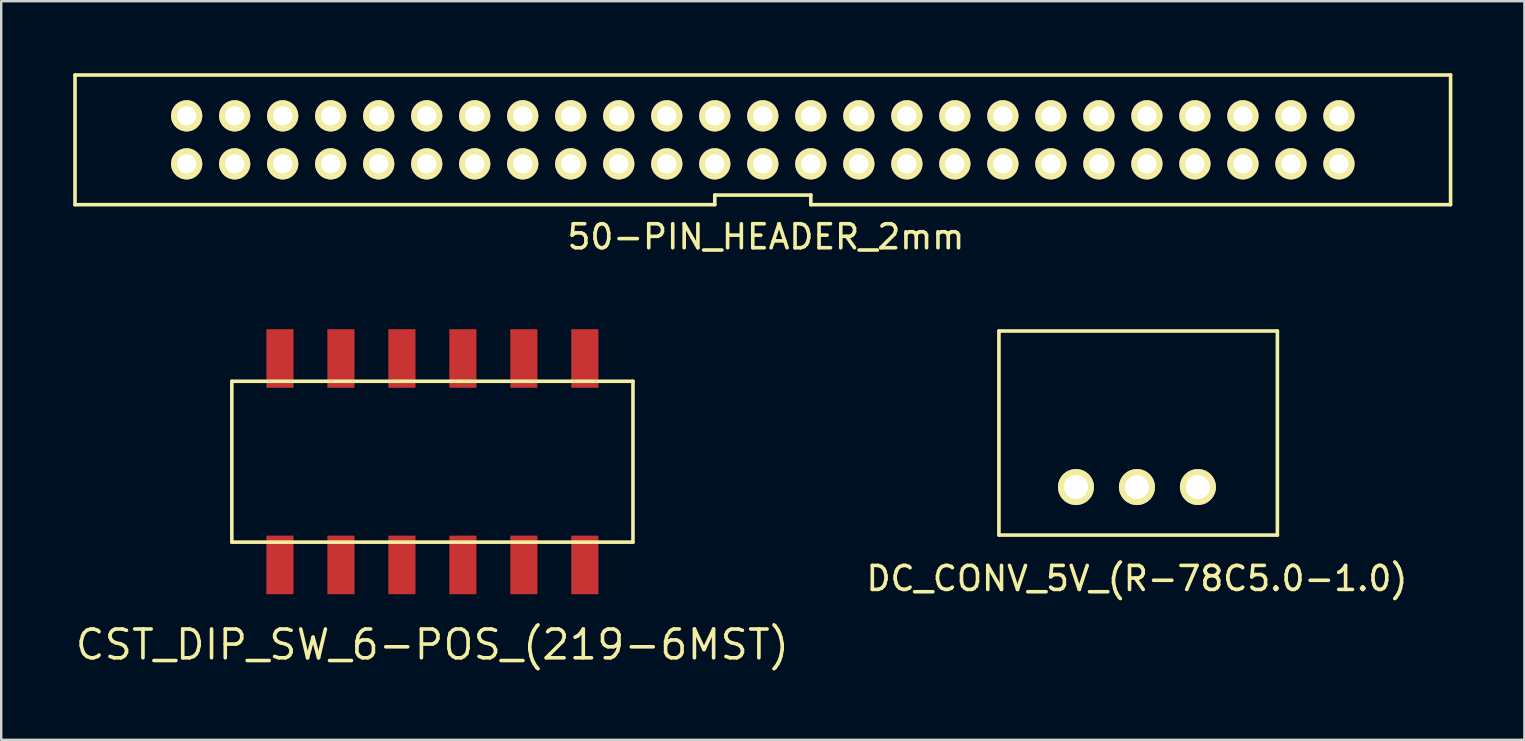
<source format=kicad_pcb>
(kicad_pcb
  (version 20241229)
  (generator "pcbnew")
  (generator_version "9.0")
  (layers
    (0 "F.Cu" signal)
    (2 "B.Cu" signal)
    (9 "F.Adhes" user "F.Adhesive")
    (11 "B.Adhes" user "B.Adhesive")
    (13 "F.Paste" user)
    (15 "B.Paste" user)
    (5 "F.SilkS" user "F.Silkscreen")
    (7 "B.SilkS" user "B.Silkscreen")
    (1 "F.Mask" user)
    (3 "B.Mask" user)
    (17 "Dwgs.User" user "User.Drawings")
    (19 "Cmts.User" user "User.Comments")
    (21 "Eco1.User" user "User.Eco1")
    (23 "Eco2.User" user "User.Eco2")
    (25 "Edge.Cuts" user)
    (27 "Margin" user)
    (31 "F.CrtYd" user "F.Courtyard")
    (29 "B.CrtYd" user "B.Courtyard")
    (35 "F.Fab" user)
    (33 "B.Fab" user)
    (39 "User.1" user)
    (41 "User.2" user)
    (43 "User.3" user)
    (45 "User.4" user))
  (footprint "DC_CONV_5V_(R-78C5.0-1.0)"
    (layer "F.Cu")
    (at 41.771 17.238)
    (property "Reference" "DC_CONV_5V_(R-78C5.0-1.0)" (at 2.54 3.81 0) (layer "F.SilkS") (effects (font (size 1 1) (thickness 0.15))))
    (attr through_hole)
    (fp_line (start -3.21 2) (end -3.21 -6.5) (stroke (width 0.15) (type solid)) (layer "F.SilkS"))
    (fp_line (start -3.21 2) (end 8.39 2) (stroke (width 0.15) (type solid)) (layer "F.SilkS"))
    (fp_line (start 8.39 -6.5) (end -3.21 -6.5) (stroke (width 0.15) (type solid)) (layer "F.SilkS"))
    (fp_line (start 8.39 -6.5) (end 8.39 2) (stroke (width 0.15) (type solid)) (layer "F.SilkS"))
    (pad "1" thru_hole circle (at 0 0) (size 1.5 1.5) (drill 1) (layers "*.Cu" "*.Mask" "F.SilkS"))
    (pad "2" thru_hole circle (at 2.54 0) (size 1.5 1.5) (drill 1) (layers "*.Cu" "*.Mask" "F.SilkS"))
    (pad "3" thru_hole circle (at 5.08 0) (size 1.5 1.5) (drill 1) (layers "*.Cu" "*.Mask" "F.SilkS")))
  (footprint "50-PIN_HEADER_2mm"
    (layer "F.Cu")
    (at 4.725 3.775)
    (property "Reference" "50-PIN_HEADER_2mm" (at 24.13 3.04 0) (layer "F.SilkS") (effects (font (size 1 1) (thickness 0.15))))
    (attr through_hole)
    (fp_line (start -4.65 -3.7) (end -4.65 1.7) (stroke (width 0.15) (type solid)) (layer "F.SilkS"))
    (fp_line (start -4.65 1.7) (end 22 1.7) (stroke (width 0.15) (type solid)) (layer "F.SilkS"))
    (fp_line (start 22 1.3) (end 26 1.3) (stroke (width 0.15) (type solid)) (layer "F.SilkS"))
    (fp_line (start 22 1.7) (end 22 1.3) (stroke (width 0.15) (type solid)) (layer "F.SilkS"))
    (fp_line (start 26 1.3) (end 26 1.7) (stroke (width 0.15) (type solid)) (layer "F.SilkS"))
    (fp_line (start 26 1.7) (end 52.65 1.7) (stroke (width 0.15) (type solid)) (layer "F.SilkS"))
    (fp_line (start 52.65 -3.7) (end -4.65 -3.7) (stroke (width 0.15) (type solid)) (layer "F.SilkS"))
    (fp_line (start 52.65 1.7) (end 52.65 -3.7) (stroke (width 0.15) (type solid)) (layer "F.SilkS"))
    (pad "1" thru_hole circle (at 0 0) (size 1.3 1.3) (drill 0.8) (layers "*.Cu" "*.Mask" "F.SilkS"))
    (pad "2" thru_hole circle (at 0 -2) (size 1.3 1.3) (drill 0.8) (layers "*.Cu" "*.Mask" "F.SilkS"))
    (pad "3" thru_hole circle (at 2 0) (size 1.3 1.3) (drill 0.8) (layers "*.Cu" "*.Mask" "F.SilkS"))
    (pad "4" thru_hole circle (at 2 -2) (size 1.3 1.3) (drill 0.8) (layers "*.Cu" "*.Mask" "F.SilkS"))
    (pad "5" thru_hole circle (at 4 0) (size 1.3 1.3) (drill 0.8) (layers "*.Cu" "*.Mask" "F.SilkS"))
    (pad "6" thru_hole circle (at 4 -2) (size 1.3 1.3) (drill 0.8) (layers "*.Cu" "*.Mask" "F.SilkS"))
    (pad "7" thru_hole circle (at 6 0) (size 1.3 1.3) (drill 0.8) (layers "*.Cu" "*.Mask" "F.SilkS"))
    (pad "8" thru_hole circle (at 6 -2) (size 1.3 1.3) (drill 0.8) (layers "*.Cu" "*.Mask" "F.SilkS"))
    (pad "9" thru_hole circle (at 8 0) (size 1.3 1.3) (drill 0.8) (layers "*.Cu" "*.Mask" "F.SilkS"))
    (pad "10" thru_hole circle (at 8 -2) (size 1.3 1.3) (drill 0.8) (layers "*.Cu" "*.Mask" "F.SilkS"))
    (pad "11" thru_hole circle (at 10 0) (size 1.3 1.3) (drill 0.8) (layers "*.Cu" "*.Mask" "F.SilkS"))
    (pad "12" thru_hole circle (at 10 -2) (size 1.3 1.3) (drill 0.8) (layers "*.Cu" "*.Mask" "F.SilkS"))
    (pad "13" thru_hole circle (at 12 0) (size 1.3 1.3) (drill 0.8) (layers "*.Cu" "*.Mask" "F.SilkS"))
    (pad "14" thru_hole circle (at 12 -2) (size 1.3 1.3) (drill 0.8) (layers "*.Cu" "*.Mask" "F.SilkS"))
    (pad "15" thru_hole circle (at 14 0) (size 1.3 1.3) (drill 0.8) (layers "*.Cu" "*.Mask" "F.SilkS"))
    (pad "16" thru_hole circle (at 14 -2) (size 1.3 1.3) (drill 0.8) (layers "*.Cu" "*.Mask" "F.SilkS"))
    (pad "17" thru_hole circle (at 16 0) (size 1.3 1.3) (drill 0.8) (layers "*.Cu" "*.Mask" "F.SilkS"))
    (pad "18" thru_hole circle (at 16 -2) (size 1.3 1.3) (drill 0.8) (layers "*.Cu" "*.Mask" "F.SilkS"))
    (pad "19" thru_hole circle (at 18 0) (size 1.3 1.3) (drill 0.8) (layers "*.Cu" "*.Mask" "F.SilkS"))
    (pad "20" thru_hole circle (at 18 -2) (size 1.3 1.3) (drill 0.8) (layers "*.Cu" "*.Mask" "F.SilkS"))
    (pad "21" thru_hole circle (at 20 0) (size 1.3 1.3) (drill 0.8) (layers "*.Cu" "*.Mask" "F.SilkS"))
    (pad "22" thru_hole circle (at 20 -2) (size 1.3 1.3) (drill 0.8) (layers "*.Cu" "*.Mask" "F.SilkS"))
    (pad "23" thru_hole circle (at 22 0) (size 1.3 1.3) (drill 0.8) (layers "*.Cu" "*.Mask" "F.SilkS"))
    (pad "24" thru_hole circle (at 22 -2) (size 1.3 1.3) (drill 0.8) (layers "*.Cu" "*.Mask" "F.SilkS"))
    (pad "25" thru_hole circle (at 24 0) (size 1.3 1.3) (drill 0.8) (layers "*.Cu" "*.Mask" "F.SilkS"))
    (pad "26" thru_hole circle (at 24 -2) (size 1.3 1.3) (drill 0.8) (layers "*.Cu" "*.Mask" "F.SilkS"))
    (pad "27" thru_hole circle (at 26 0) (size 1.3 1.3) (drill 0.8) (layers "*.Cu" "*.Mask" "F.SilkS"))
    (pad "28" thru_hole circle (at 26 -2) (size 1.3 1.3) (drill 0.8) (layers "*.Cu" "*.Mask" "F.SilkS"))
    (pad "29" thru_hole circle (at 28 0) (size 1.3 1.3) (drill 0.8) (layers "*.Cu" "*.Mask" "F.SilkS"))
    (pad "30" thru_hole circle (at 28 -2) (size 1.3 1.3) (drill 0.8) (layers "*.Cu" "*.Mask" "F.SilkS"))
    (pad "31" thru_hole circle (at 30 0) (size 1.3 1.3) (drill 0.8) (layers "*.Cu" "*.Mask" "F.SilkS"))
    (pad "32" thru_hole circle (at 30 -2) (size 1.3 1.3) (drill 0.8) (layers "*.Cu" "*.Mask" "F.SilkS"))
    (pad "33" thru_hole circle (at 32 0) (size 1.3 1.3) (drill 0.8) (layers "*.Cu" "*.Mask" "F.SilkS"))
    (pad "34" thru_hole circle (at 32 -2) (size 1.3 1.3) (drill 0.8) (layers "*.Cu" "*.Mask" "F.SilkS"))
    (pad "35" thru_hole circle (at 34 0) (size 1.3 1.3) (drill 0.8) (layers "*.Cu" "*.Mask" "F.SilkS"))
    (pad "36" thru_hole circle (at 34 -2) (size 1.3 1.3) (drill 0.8) (layers "*.Cu" "*.Mask" "F.SilkS"))
    (pad "37" thru_hole circle (at 36 0) (size 1.3 1.3) (drill 0.8) (layers "*.Cu" "*.Mask" "F.SilkS"))
    (pad "38" thru_hole circle (at 36 -2) (size 1.3 1.3) (drill 0.8) (layers "*.Cu" "*.Mask" "F.SilkS"))
    (pad "39" thru_hole circle (at 38 0) (size 1.3 1.3) (drill 0.8) (layers "*.Cu" "*.Mask" "F.SilkS"))
    (pad "40" thru_hole circle (at 38 -2) (size 1.3 1.3) (drill 0.8) (layers "*.Cu" "*.Mask" "F.SilkS"))
    (pad "41" thru_hole circle (at 40 0) (size 1.3 1.3) (drill 0.8) (layers "*.Cu" "*.Mask" "F.SilkS"))
    (pad "42" thru_hole circle (at 40 -2) (size 1.3 1.3) (drill 0.8) (layers "*.Cu" "*.Mask" "F.SilkS"))
    (pad "43" thru_hole circle (at 42 0) (size 1.3 1.3) (drill 0.8) (layers "*.Cu" "*.Mask" "F.SilkS"))
    (pad "44" thru_hole circle (at 42 -2) (size 1.3 1.3) (drill 0.8) (layers "*.Cu" "*.Mask" "F.SilkS"))
    (pad "45" thru_hole circle (at 44 0) (size 1.3 1.3) (drill 0.8) (layers "*.Cu" "*.Mask" "F.SilkS"))
    (pad "46" thru_hole circle (at 44 -2) (size 1.3 1.3) (drill 0.8) (layers "*.Cu" "*.Mask" "F.SilkS"))
    (pad "47" thru_hole circle (at 46 0) (size 1.3 1.3) (drill 0.8) (layers "*.Cu" "*.Mask" "F.SilkS"))
    (pad "48" thru_hole circle (at 46 -2) (size 1.3 1.3) (drill 0.8) (layers "*.Cu" "*.Mask" "F.SilkS"))
    (pad "49" thru_hole circle (at 48 0) (size 1.3 1.3) (drill 0.8) (layers "*.Cu" "*.Mask" "F.SilkS"))
    (pad "50" thru_hole circle (at 48 -2) (size 1.3 1.3) (drill 0.8) (layers "*.Cu" "*.Mask" "F.SilkS")))
  (footprint "CST_DIP_SW_6-POS_(219-6MST)"
    (layer "F.Cu")
    (at 14.962 16.183)
    (property "Reference" "CST_DIP_SW_6-POS_(219-6MST)" (at 0 7.62 180) (layer "F.SilkS") (effects (font (size 1.2 1.2) (thickness 0.15))))
    (attr through_hole)
    (fp_line (start -8.355 -3.35) (end -8.355 3.35) (stroke (width 0.15) (type solid)) (layer "F.SilkS"))
    (fp_line (start -8.355 3.35) (end 8.355 3.35) (stroke (width 0.15) (type solid)) (layer "F.SilkS"))
    (fp_line (start 8.355 -3.35) (end -8.355 -3.35) (stroke (width 0.15) (type solid)) (layer "F.SilkS"))
    (fp_line (start 8.355 3.35) (end 8.355 -3.35) (stroke (width 0.15) (type solid)) (layer "F.SilkS"))
    (pad "1" smd rect (at -6.35 4.3) (size 1.13 2.44) (layers "F.Cu" "F.Mask" "F.Paste"))
    (pad "2" smd rect (at -3.81 4.3) (size 1.13 2.44) (layers "F.Cu" "F.Mask" "F.Paste"))
    (pad "3" smd rect (at -1.27 4.3) (size 1.13 2.44) (layers "F.Cu" "F.Mask" "F.Paste"))
    (pad "4" smd rect (at 1.27 4.3) (size 1.13 2.44) (layers "F.Cu" "F.Mask" "F.Paste"))
    (pad "5" smd rect (at 3.81 4.3) (size 1.13 2.44) (layers "F.Cu" "F.Mask" "F.Paste"))
    (pad "6" smd rect (at 6.35 4.3) (size 1.13 2.44) (layers "F.Cu" "F.Mask" "F.Paste"))
    (pad "7" smd rect (at 6.35 -4.3) (size 1.13 2.44) (layers "F.Cu" "F.Mask" "F.Paste"))
    (pad "8" smd rect (at 3.81 -4.3) (size 1.13 2.44) (layers "F.Cu" "F.Mask" "F.Paste"))
    (pad "9" smd rect (at 1.27 -4.3) (size 1.13 2.44) (layers "F.Cu" "F.Mask" "F.Paste"))
    (pad "10" smd rect (at -1.27 -4.3) (size 1.13 2.44) (layers "F.Cu" "F.Mask" "F.Paste"))
    (pad "11" smd rect (at -3.81 -4.3) (size 1.13 2.44) (layers "F.Cu" "F.Mask" "F.Paste"))
    (pad "12" smd rect (at -6.35 -4.3) (size 1.13 2.44) (layers "F.Cu" "F.Mask" "F.Paste")))
  (gr_rect
    (start -3 -3)
    (end 60.45 27.768)
    (stroke (width 0.1) (type default))
    (fill no)
    (layer "Edge.Cuts")))
</source>
